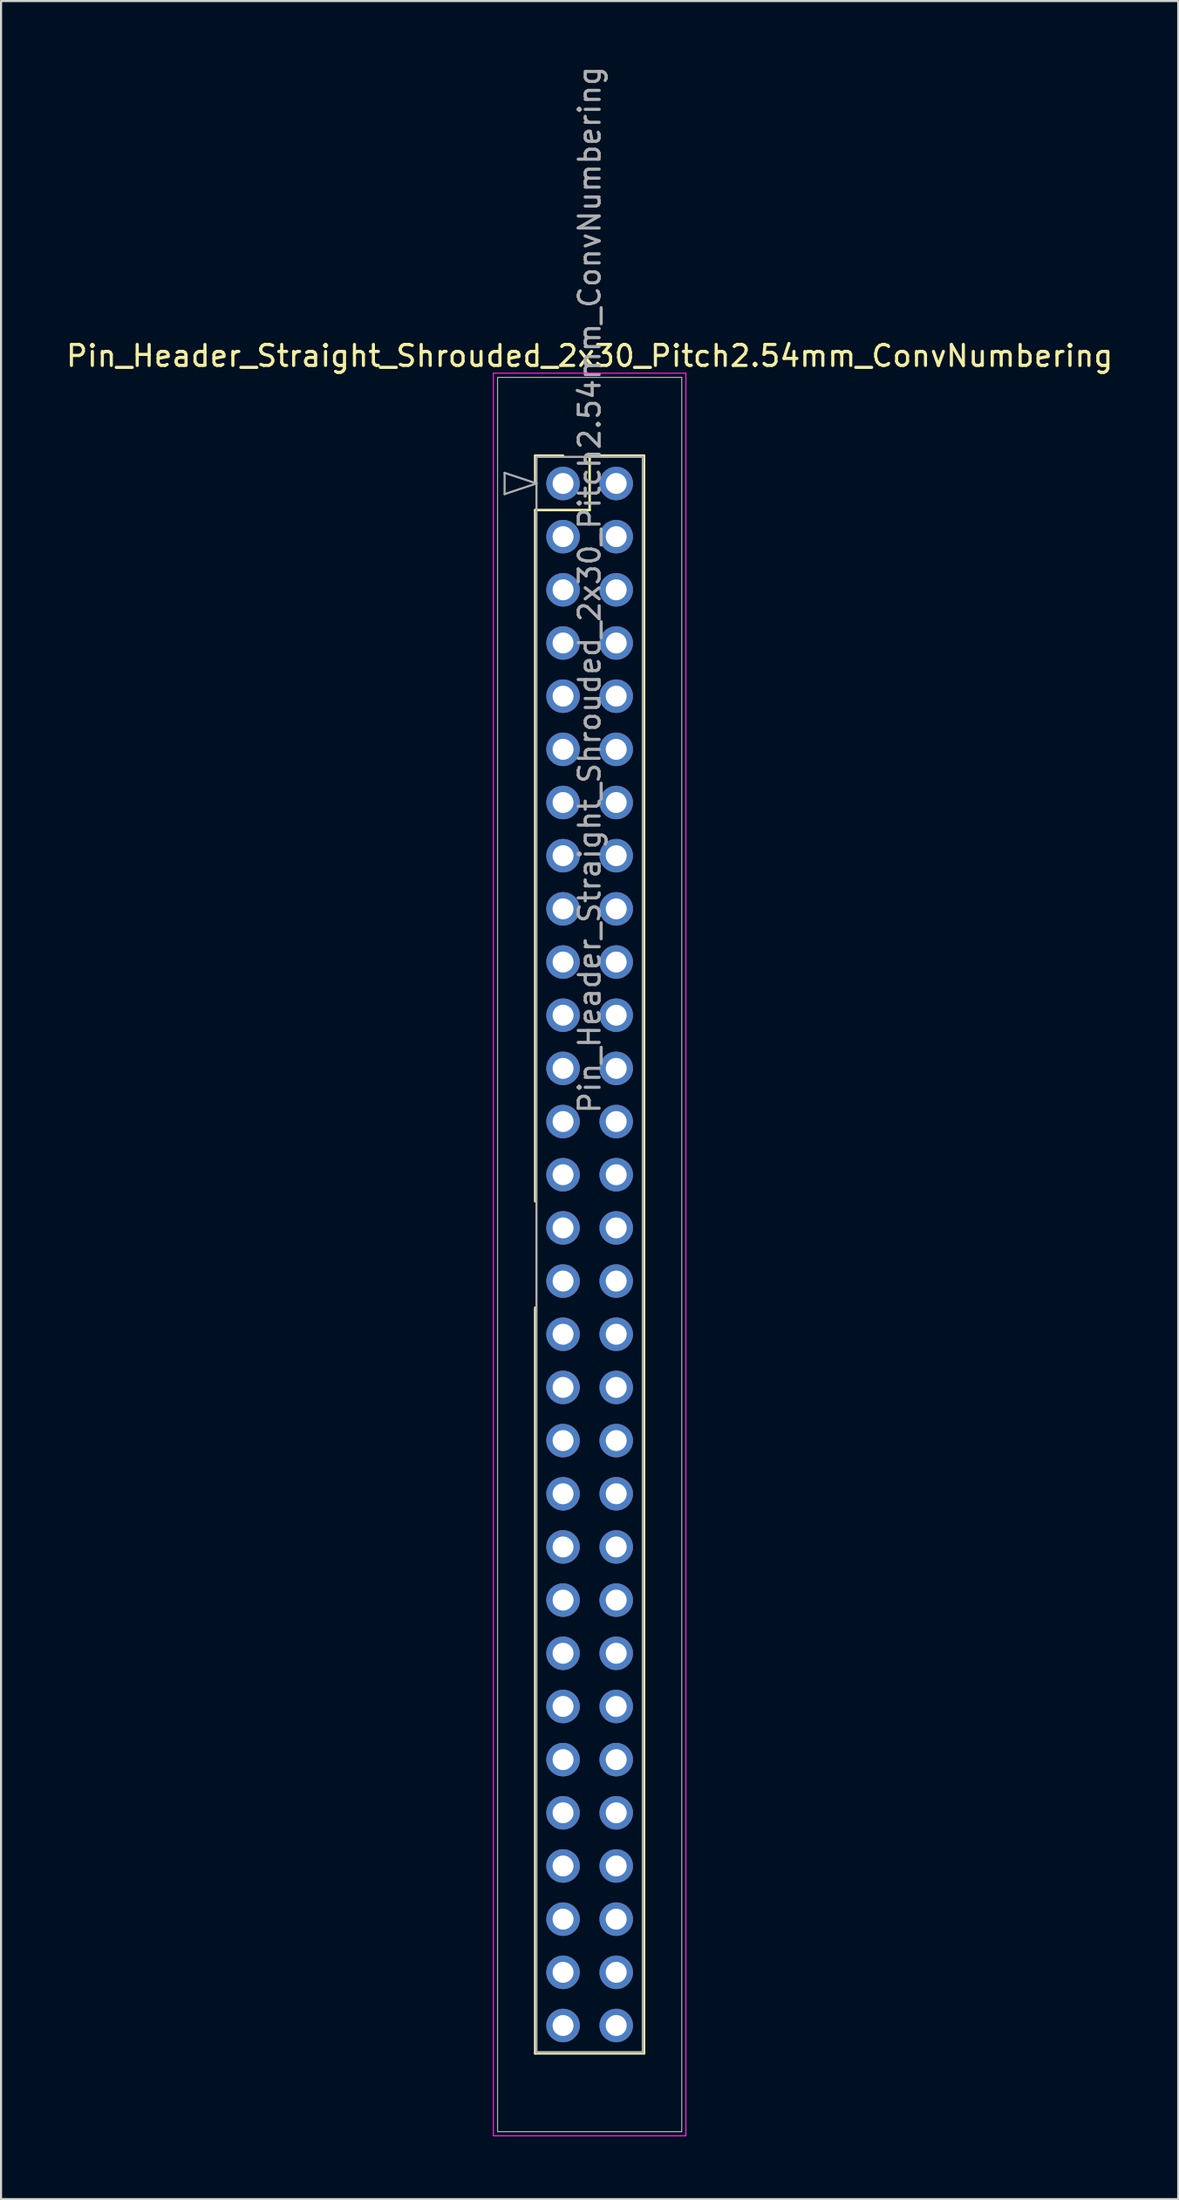
<source format=kicad_pcb>
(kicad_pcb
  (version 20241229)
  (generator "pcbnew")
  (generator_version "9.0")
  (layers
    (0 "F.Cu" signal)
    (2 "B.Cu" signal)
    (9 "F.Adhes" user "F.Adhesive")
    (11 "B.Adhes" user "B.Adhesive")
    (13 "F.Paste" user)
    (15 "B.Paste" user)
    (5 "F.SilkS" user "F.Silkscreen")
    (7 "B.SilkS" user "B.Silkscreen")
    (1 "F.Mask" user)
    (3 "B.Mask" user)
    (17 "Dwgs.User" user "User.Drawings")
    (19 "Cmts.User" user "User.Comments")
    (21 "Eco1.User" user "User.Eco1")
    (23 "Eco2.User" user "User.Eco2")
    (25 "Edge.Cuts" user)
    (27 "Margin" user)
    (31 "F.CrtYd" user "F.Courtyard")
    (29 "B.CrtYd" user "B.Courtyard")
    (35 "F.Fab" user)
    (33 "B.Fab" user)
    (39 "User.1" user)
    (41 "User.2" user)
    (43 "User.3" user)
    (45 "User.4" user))
  (footprint "Pin_Header_Straight_Shrouded_2x30_Pitch2.54mm_ConvNumbering"
    (layer "F.Cu")
    (at 23.855 20.045)
    (property "Reference" "Pin_Header_Straight_Shrouded_2x30_Pitch2.54mm_ConvNumbering" (at 1.27 -6.096 0) (layer "F.SilkS") (effects (font (size 1 1) (thickness 0.15))))
    (attr through_hole)
    (fp_line (start -1.33 -1.33) (end 0 -1.33) (stroke (width 0.12) (type solid)) (layer "F.SilkS"))
    (fp_line (start -1.33 0) (end -1.33 -1.33) (stroke (width 0.12) (type solid)) (layer "F.SilkS"))
    (fp_line (start -1.33 1.27) (end -1.33 34.29) (stroke (width 0.12) (type solid)) (layer "F.SilkS"))
    (fp_line (start -1.33 1.27) (end 1.27 1.27) (stroke (width 0.12) (type solid)) (layer "F.SilkS"))
    (fp_line (start -1.33 39.37) (end -1.33 74.99) (stroke (width 0.12) (type solid)) (layer "F.SilkS"))
    (fp_line (start -1.33 74.99) (end 3.87 74.99) (stroke (width 0.12) (type solid)) (layer "F.SilkS"))
    (fp_line (start 1.27 -1.33) (end 3.87 -1.33) (stroke (width 0.12) (type solid)) (layer "F.SilkS"))
    (fp_line (start 1.27 1.27) (end 1.27 -1.33) (stroke (width 0.12) (type solid)) (layer "F.SilkS"))
    (fp_line (start 3.87 -1.33) (end 3.87 74.99) (stroke (width 0.12) (type solid)) (layer "F.SilkS"))
    (fp_line (start -3.33 -5.27) (end -3.33 78.93) (stroke (width 0.05) (type solid)) (layer "F.CrtYd"))
    (fp_line (start -3.33 78.93) (end 5.87 78.93) (stroke (width 0.05) (type solid)) (layer "F.CrtYd"))
    (fp_line (start 5.87 -5.27) (end -3.33 -5.27) (stroke (width 0.05) (type solid)) (layer "F.CrtYd"))
    (fp_line (start 5.87 78.93) (end 5.87 -5.27) (stroke (width 0.05) (type solid)) (layer "F.CrtYd"))
    (fp_line (start -3.13 -5.07) (end -3.13 78.73) (stroke (width 0.05) (type solid)) (layer "F.Fab"))
    (fp_line (start -3.13 78.73) (end 5.67 78.73) (stroke (width 0.05) (type solid)) (layer "F.Fab"))
    (fp_line (start -2.794 -0.508) (end -1.27 0) (stroke (width 0.1) (type solid)) (layer "F.Fab"))
    (fp_line (start -2.794 0.508) (end -2.794 -0.508) (stroke (width 0.1) (type solid)) (layer "F.Fab"))
    (fp_line (start -1.27 -1.27) (end -1.27 74.93) (stroke (width 0.1) (type solid)) (layer "F.Fab"))
    (fp_line (start -1.27 0) (end -2.794 0.508) (stroke (width 0.1) (type solid)) (layer "F.Fab"))
    (fp_line (start -1.27 74.93) (end 3.81 74.93) (stroke (width 0.1) (type solid)) (layer "F.Fab"))
    (fp_line (start 3.81 -1.27) (end -1.27 -1.27) (stroke (width 0.1) (type solid)) (layer "F.Fab"))
    (fp_line (start 3.81 74.93) (end 3.81 -1.27) (stroke (width 0.1) (type solid)) (layer "F.Fab"))
    (fp_line (start 5.67 -5.07) (end -3.13 -5.07) (stroke (width 0.05) (type solid)) (layer "F.Fab"))
    (fp_line (start 5.67 78.73) (end 5.67 -5.07) (stroke (width 0.05) (type solid)) (layer "F.Fab"))
    (fp_text user "${REFERENCE}" (at 1.27 5.08 90) (layer "F.Fab") (effects (font (size 1 1) (thickness 0.15))))
    (pad "1" thru_hole oval (at 0 0) (size 1.6 1.6) (drill 1) (layers "*.Cu" "*.Mask"))
    (pad "2" thru_hole oval (at 2.54 0) (size 1.6 1.6) (drill 1) (layers "*.Cu" "*.Mask"))
    (pad "3" thru_hole oval (at 0 2.54) (size 1.6 1.6) (drill 1) (layers "*.Cu" "*.Mask"))
    (pad "4" thru_hole oval (at 2.54 2.54) (size 1.6 1.6) (drill 1) (layers "*.Cu" "*.Mask"))
    (pad "5" thru_hole oval (at 0 5.08) (size 1.6 1.6) (drill 1) (layers "*.Cu" "*.Mask"))
    (pad "6" thru_hole oval (at 2.54 5.08) (size 1.6 1.6) (drill 1) (layers "*.Cu" "*.Mask"))
    (pad "7" thru_hole oval (at 0 7.62) (size 1.6 1.6) (drill 1) (layers "*.Cu" "*.Mask"))
    (pad "8" thru_hole oval (at 2.54 7.62) (size 1.6 1.6) (drill 1) (layers "*.Cu" "*.Mask"))
    (pad "9" thru_hole oval (at 0 10.16) (size 1.6 1.6) (drill 1) (layers "*.Cu" "*.Mask"))
    (pad "10" thru_hole oval (at 2.54 10.16) (size 1.6 1.6) (drill 1) (layers "*.Cu" "*.Mask"))
    (pad "11" thru_hole oval (at 0 12.7) (size 1.6 1.6) (drill 1) (layers "*.Cu" "*.Mask"))
    (pad "12" thru_hole oval (at 2.54 12.7) (size 1.6 1.6) (drill 1) (layers "*.Cu" "*.Mask"))
    (pad "13" thru_hole oval (at 0 15.24) (size 1.6 1.6) (drill 1) (layers "*.Cu" "*.Mask"))
    (pad "14" thru_hole oval (at 2.54 15.24) (size 1.6 1.6) (drill 1) (layers "*.Cu" "*.Mask"))
    (pad "15" thru_hole oval (at 0 17.78) (size 1.6 1.6) (drill 1) (layers "*.Cu" "*.Mask"))
    (pad "16" thru_hole oval (at 2.54 17.78) (size 1.6 1.6) (drill 1) (layers "*.Cu" "*.Mask"))
    (pad "17" thru_hole oval (at 0 20.32) (size 1.6 1.6) (drill 1) (layers "*.Cu" "*.Mask"))
    (pad "18" thru_hole oval (at 2.54 20.32) (size 1.6 1.6) (drill 1) (layers "*.Cu" "*.Mask"))
    (pad "19" thru_hole oval (at 0 22.86) (size 1.6 1.6) (drill 1) (layers "*.Cu" "*.Mask"))
    (pad "20" thru_hole oval (at 2.54 22.86) (size 1.6 1.6) (drill 1) (layers "*.Cu" "*.Mask"))
    (pad "21" thru_hole oval (at 0 25.4) (size 1.6 1.6) (drill 1) (layers "*.Cu" "*.Mask"))
    (pad "22" thru_hole oval (at 2.54 25.4) (size 1.6 1.6) (drill 1) (layers "*.Cu" "*.Mask"))
    (pad "23" thru_hole oval (at 0 27.94) (size 1.6 1.6) (drill 1) (layers "*.Cu" "*.Mask"))
    (pad "24" thru_hole oval (at 2.54 27.94) (size 1.6 1.6) (drill 1) (layers "*.Cu" "*.Mask"))
    (pad "25" thru_hole oval (at 0 30.48) (size 1.6 1.6) (drill 1) (layers "*.Cu" "*.Mask"))
    (pad "26" thru_hole oval (at 2.54 30.48) (size 1.6 1.6) (drill 1) (layers "*.Cu" "*.Mask"))
    (pad "27" thru_hole oval (at 0 33.02) (size 1.6 1.6) (drill 1) (layers "*.Cu" "*.Mask"))
    (pad "28" thru_hole oval (at 2.54 33.02) (size 1.6 1.6) (drill 1) (layers "*.Cu" "*.Mask"))
    (pad "29" thru_hole oval (at 0 35.56) (size 1.6 1.6) (drill 1) (layers "*.Cu" "*.Mask"))
    (pad "30" thru_hole oval (at 2.54 35.56) (size 1.6 1.6) (drill 1) (layers "*.Cu" "*.Mask"))
    (pad "31" thru_hole oval (at 0 38.1) (size 1.6 1.6) (drill 1) (layers "*.Cu" "*.Mask"))
    (pad "32" thru_hole oval (at 2.54 38.1) (size 1.6 1.6) (drill 1) (layers "*.Cu" "*.Mask"))
    (pad "33" thru_hole oval (at 0 40.64) (size 1.6 1.6) (drill 1) (layers "*.Cu" "*.Mask"))
    (pad "34" thru_hole oval (at 2.54 40.64) (size 1.6 1.6) (drill 1) (layers "*.Cu" "*.Mask"))
    (pad "35" thru_hole oval (at 0 43.18) (size 1.6 1.6) (drill 1) (layers "*.Cu" "*.Mask"))
    (pad "36" thru_hole oval (at 2.54 43.18) (size 1.6 1.6) (drill 1) (layers "*.Cu" "*.Mask"))
    (pad "37" thru_hole oval (at 0 45.72) (size 1.6 1.6) (drill 1) (layers "*.Cu" "*.Mask"))
    (pad "38" thru_hole oval (at 2.54 45.72) (size 1.6 1.6) (drill 1) (layers "*.Cu" "*.Mask"))
    (pad "39" thru_hole oval (at 0 48.26) (size 1.6 1.6) (drill 1) (layers "*.Cu" "*.Mask"))
    (pad "40" thru_hole oval (at 2.54 48.26) (size 1.6 1.6) (drill 1) (layers "*.Cu" "*.Mask"))
    (pad "41" thru_hole oval (at 0 50.8) (size 1.6 1.6) (drill 1) (layers "*.Cu" "*.Mask"))
    (pad "42" thru_hole oval (at 2.54 50.8) (size 1.6 1.6) (drill 1) (layers "*.Cu" "*.Mask"))
    (pad "43" thru_hole oval (at 0 53.34) (size 1.6 1.6) (drill 1) (layers "*.Cu" "*.Mask"))
    (pad "44" thru_hole oval (at 2.54 53.34) (size 1.6 1.6) (drill 1) (layers "*.Cu" "*.Mask"))
    (pad "45" thru_hole oval (at 0 55.88) (size 1.6 1.6) (drill 1) (layers "*.Cu" "*.Mask"))
    (pad "46" thru_hole oval (at 2.54 55.88) (size 1.6 1.6) (drill 1) (layers "*.Cu" "*.Mask"))
    (pad "47" thru_hole oval (at 0 58.42) (size 1.6 1.6) (drill 1) (layers "*.Cu" "*.Mask"))
    (pad "48" thru_hole oval (at 2.54 58.42) (size 1.6 1.6) (drill 1) (layers "*.Cu" "*.Mask"))
    (pad "49" thru_hole oval (at 0 60.96) (size 1.6 1.6) (drill 1) (layers "*.Cu" "*.Mask"))
    (pad "50" thru_hole oval (at 2.54 60.96) (size 1.6 1.6) (drill 1) (layers "*.Cu" "*.Mask"))
    (pad "51" thru_hole oval (at 0 63.5) (size 1.6 1.6) (drill 1) (layers "*.Cu" "*.Mask"))
    (pad "52" thru_hole oval (at 2.54 63.5) (size 1.6 1.6) (drill 1) (layers "*.Cu" "*.Mask"))
    (pad "53" thru_hole oval (at 0 66.04) (size 1.6 1.6) (drill 1) (layers "*.Cu" "*.Mask"))
    (pad "54" thru_hole oval (at 2.54 66.04) (size 1.6 1.6) (drill 1) (layers "*.Cu" "*.Mask"))
    (pad "55" thru_hole oval (at 0 68.58) (size 1.6 1.6) (drill 1) (layers "*.Cu" "*.Mask"))
    (pad "56" thru_hole oval (at 2.54 68.58) (size 1.6 1.6) (drill 1) (layers "*.Cu" "*.Mask"))
    (pad "57" thru_hole oval (at 0 71.12) (size 1.6 1.6) (drill 1) (layers "*.Cu" "*.Mask"))
    (pad "58" thru_hole oval (at 2.54 71.12) (size 1.6 1.6) (drill 1) (layers "*.Cu" "*.Mask"))
    (pad "59" thru_hole oval (at 0 73.66) (size 1.6 1.6) (drill 1) (layers "*.Cu" "*.Mask"))
    (pad "60" thru_hole oval (at 2.54 73.66) (size 1.6 1.6) (drill 1) (layers "*.Cu" "*.Mask")))
  (gr_rect
    (start -3 -3)
    (end 53.25 102)
    (stroke (width 0.1) (type default))
    (fill no)
    (layer "Edge.Cuts")))
</source>
